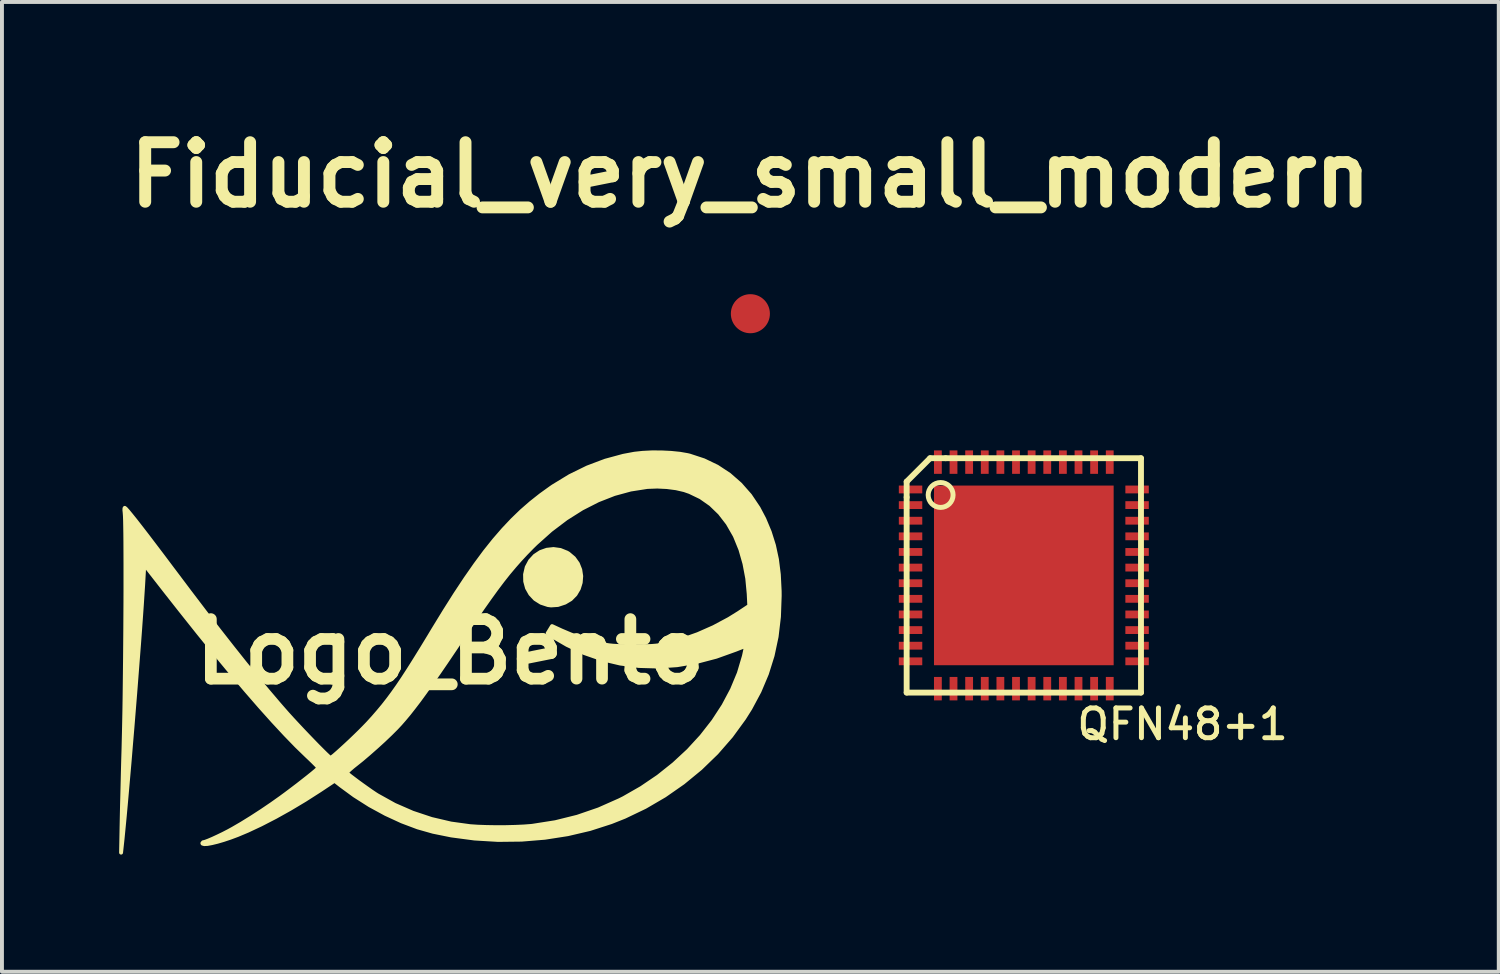
<source format=kicad_pcb>
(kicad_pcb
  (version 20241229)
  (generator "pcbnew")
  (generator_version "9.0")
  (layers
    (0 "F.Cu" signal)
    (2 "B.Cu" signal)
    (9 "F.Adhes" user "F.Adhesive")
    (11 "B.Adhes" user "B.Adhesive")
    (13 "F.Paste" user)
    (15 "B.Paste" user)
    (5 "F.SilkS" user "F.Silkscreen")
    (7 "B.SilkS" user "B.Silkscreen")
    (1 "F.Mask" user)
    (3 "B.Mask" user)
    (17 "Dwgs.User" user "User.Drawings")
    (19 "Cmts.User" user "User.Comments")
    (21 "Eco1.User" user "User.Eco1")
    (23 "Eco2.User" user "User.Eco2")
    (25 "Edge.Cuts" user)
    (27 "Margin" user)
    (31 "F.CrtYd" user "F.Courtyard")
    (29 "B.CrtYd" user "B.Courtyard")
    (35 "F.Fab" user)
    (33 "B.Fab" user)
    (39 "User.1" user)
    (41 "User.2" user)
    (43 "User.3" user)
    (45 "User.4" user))
  (footprint "Logo_Bento"
    (layer "F.Cu")
    (at 8.481 13.636)
    (property "Reference" "Logo_Bento" (at 0 0 0) (layer "F.SilkS") (effects (font (size 1.524 1.524) (thickness 0.3))))
    (attr through_hole)
    (fp_poly (pts (xy 3.35 -1.936) (xy 3.337 -1.77) (xy 3.288 -1.611) (xy 3.203 -1.467) (xy 3.083 -1.345) (xy 2.935 -1.257) (xy 2.753 -1.197) (xy 2.578 -1.185) (xy 2.498 -1.195) (xy 2.32 -1.254) (xy 2.168 -1.35) (xy 2.048 -1.478) (xy 1.962 -1.63) (xy 1.916 -1.8) (xy 1.912 -1.979) (xy 1.954 -2.162) (xy 1.955 -2.165) (xy 2.041 -2.326) (xy 2.16 -2.456) (xy 2.305 -2.552) (xy 2.468 -2.61) (xy 2.641 -2.629) (xy 2.816 -2.605) (xy 2.985 -2.537) (xy 3.024 -2.514) (xy 3.163 -2.397) (xy 3.263 -2.257) (xy 3.325 -2.101) (xy 3.35 -1.936)) (stroke (width 0.1) (type solid)) (fill yes) (layer "F.SilkS"))
    (fp_poly (pts (xy 8.432 -1.43) (xy 8.413 -0.894) (xy 8.353 -0.385) (xy 8.25 0.1) (xy 8.104 0.566) (xy 7.914 1.016) (xy 7.679 1.455) (xy 7.653 1.496) (xy 7.653 -1.175) (xy 7.638 -1.483) (xy 7.601 -1.875) (xy 7.529 -2.256) (xy 7.426 -2.616) (xy 7.293 -2.943) (xy 7.275 -2.981) (xy 7.1 -3.286) (xy 6.896 -3.55) (xy 6.665 -3.773) (xy 6.408 -3.953) (xy 6.126 -4.089) (xy 5.988 -4.137) (xy 5.781 -4.185) (xy 5.544 -4.216) (xy 5.296 -4.228) (xy 5.054 -4.219) (xy 5.033 -4.217) (xy 4.616 -4.152) (xy 4.198 -4.038) (xy 3.782 -3.875) (xy 3.371 -3.666) (xy 2.967 -3.411) (xy 2.572 -3.112) (xy 2.189 -2.77) (xy 2.092 -2.675) (xy 1.934 -2.513) (xy 1.784 -2.351) (xy 1.637 -2.184) (xy 1.489 -2.008) (xy 1.338 -1.817) (xy 1.18 -1.607) (xy 1.01 -1.372) (xy 0.825 -1.11) (xy 0.622 -0.813) (xy 0.396 -0.479) (xy 0.374 -0.445) (xy 0.124 -0.073) (xy -0.1 0.259) (xy -0.302 0.554) (xy -0.485 0.815) (xy -0.649 1.046) (xy -0.797 1.249) (xy -0.933 1.427) (xy -1.057 1.585) (xy -1.173 1.724) (xy -1.282 1.849) (xy -1.38 1.954) (xy -1.527 2.101) (xy -1.702 2.268) (xy -1.892 2.441) (xy -2.085 2.611) (xy -2.267 2.766) (xy -2.397 2.87) (xy -2.495 2.948) (xy -2.575 3.017) (xy -2.63 3.069) (xy -2.653 3.098) (xy -2.653 3.101) (xy -2.624 3.129) (xy -2.562 3.18) (xy -2.474 3.247) (xy -2.368 3.327) (xy -2.252 3.411) (xy -2.134 3.495) (xy -2.022 3.574) (xy -1.924 3.64) (xy -1.864 3.678) (xy -1.428 3.92) (xy -0.965 4.122) (xy -0.482 4.283) (xy 0.013 4.399) (xy 0.508 4.467) (xy 0.7 4.48) (xy 0.924 4.488) (xy 1.167 4.492) (xy 1.417 4.491) (xy 1.659 4.485) (xy 1.88 4.475) (xy 2.067 4.461) (xy 2.108 4.456) (xy 2.687 4.365) (xy 3.251 4.225) (xy 3.798 4.037) (xy 4.328 3.802) (xy 4.438 3.747) (xy 4.892 3.487) (xy 5.321 3.196) (xy 5.722 2.876) (xy 6.093 2.532) (xy 6.43 2.165) (xy 6.731 1.78) (xy 6.992 1.38) (xy 7.211 0.968) (xy 7.386 0.548) (xy 7.512 0.123) (xy 7.517 0.105) (xy 7.539 0.002) (xy 7.556 -0.08) (xy 7.563 -0.131) (xy 7.562 -0.142) (xy 7.537 -0.137) (xy 7.474 -0.116) (xy 7.385 -0.082) (xy 7.307 -0.051) (xy 6.805 0.129) (xy 6.303 0.261) (xy 5.806 0.345) (xy 5.313 0.379) (xy 4.827 0.365) (xy 4.349 0.303) (xy 3.882 0.193) (xy 3.427 0.034) (xy 2.987 -0.173) (xy 2.661 -0.362) (xy 2.49 -0.471) (xy 2.547 -0.564) (xy 2.603 -0.656) (xy 2.845 -0.544) (xy 3.088 -0.441) (xy 3.361 -0.343) (xy 3.643 -0.257) (xy 3.883 -0.197) (xy 3.975 -0.178) (xy 4.065 -0.164) (xy 4.161 -0.154) (xy 4.275 -0.147) (xy 4.415 -0.144) (xy 4.593 -0.142) (xy 4.686 -0.141) (xy 4.879 -0.141) (xy 5.031 -0.143) (xy 5.153 -0.147) (xy 5.254 -0.155) (xy 5.345 -0.166) (xy 5.437 -0.182) (xy 5.521 -0.199) (xy 5.923 -0.305) (xy 6.335 -0.451) (xy 6.742 -0.631) (xy 7.131 -0.839) (xy 7.376 -0.991) (xy 7.653 -1.175) (xy 7.653 1.496) (xy 7.52 1.707) (xy 7.189 2.161) (xy 6.816 2.589) (xy 6.405 2.987) (xy 5.961 3.352) (xy 5.486 3.683) (xy 4.986 3.975) (xy 4.462 4.226) (xy 4.115 4.364) (xy 3.572 4.539) (xy 3.004 4.672) (xy 2.42 4.763) (xy 1.823 4.812) (xy 1.221 4.819) (xy 0.619 4.783) (xy 0.023 4.704) (xy -0.442 4.61) (xy -0.837 4.498) (xy -1.246 4.344) (xy -1.658 4.154) (xy -2.066 3.932) (xy -2.459 3.682) (xy -2.804 3.429) (xy -2.965 3.303) (xy -3.343 3.554) (xy -3.718 3.794) (xy -4.099 4.022) (xy -4.477 4.233) (xy -4.843 4.422) (xy -5.188 4.584) (xy -5.45 4.694) (xy -5.632 4.762) (xy -5.806 4.82) (xy -5.966 4.867) (xy -6.106 4.901) (xy -6.22 4.922) (xy -6.301 4.926) (xy -6.345 4.914) (xy -6.35 4.902) (xy -6.33 4.878) (xy -6.321 4.877) (xy -6.275 4.865) (xy -6.193 4.834) (xy -6.085 4.788) (xy -5.958 4.729) (xy -5.823 4.664) (xy -5.689 4.595) (xy -5.574 4.532) (xy -5.347 4.4) (xy -5.095 4.244) (xy -4.831 4.073) (xy -4.569 3.895) (xy -4.342 3.734) (xy -4.202 3.631) (xy -4.056 3.521) (xy -3.911 3.411) (xy -3.773 3.303) (xy -3.647 3.204) (xy -3.539 3.117) (xy -3.454 3.046) (xy -3.399 2.996) (xy -3.378 2.973) (xy -3.378 2.972) (xy -3.396 2.948) (xy -3.445 2.896) (xy -3.518 2.823) (xy -3.611 2.733) (xy -3.68 2.668) (xy -3.941 2.415) (xy -4.228 2.119) (xy -4.54 1.783) (xy -4.878 1.406) (xy -5.24 0.989) (xy -5.625 0.534) (xy -6.034 0.04) (xy -6.464 -0.491) (xy -6.915 -1.058) (xy -7.277 -1.518) (xy -7.836 -2.234) (xy -7.866 -1.708) (xy -7.881 -1.476) (xy -7.899 -1.2) (xy -7.921 -0.885) (xy -7.946 -0.537) (xy -7.974 -0.162) (xy -8.005 0.236) (xy -8.037 0.65) (xy -8.07 1.075) (xy -8.105 1.506) (xy -8.14 1.938) (xy -8.176 2.364) (xy -8.21 2.779) (xy -8.245 3.178) (xy -8.278 3.556) (xy -8.309 3.906) (xy -8.338 4.224) (xy -8.365 4.504) (xy -8.388 4.74) (xy -8.394 4.801) (xy -8.431 5.144) (xy -8.419 4.496) (xy -8.416 4.347) (xy -8.412 4.154) (xy -8.407 3.926) (xy -8.4 3.668) (xy -8.393 3.388) (xy -8.386 3.094) (xy -8.378 2.793) (xy -8.369 2.492) (xy -8.365 2.324) (xy -8.359 2.082) (xy -8.353 1.81) (xy -8.347 1.515) (xy -8.342 1.198) (xy -8.338 0.864) (xy -8.334 0.518) (xy -8.33 0.162) (xy -8.327 -0.198) (xy -8.324 -0.56) (xy -8.322 -0.918) (xy -8.32 -1.27) (xy -8.319 -1.611) (xy -8.319 -1.938) (xy -8.319 -2.245) (xy -8.32 -2.53) (xy -8.321 -2.789) (xy -8.323 -3.017) (xy -8.326 -3.21) (xy -8.329 -3.365) (xy -8.333 -3.478) (xy -8.338 -3.544) (xy -8.338 -3.55) (xy -8.346 -3.624) (xy -8.344 -3.672) (xy -8.337 -3.683) (xy -8.311 -3.663) (xy -8.256 -3.602) (xy -8.173 -3.501) (xy -8.062 -3.363) (xy -7.924 -3.186) (xy -7.759 -2.972) (xy -7.569 -2.722) (xy -7.353 -2.437) (xy -7.113 -2.117) (xy -7.087 -2.083) (xy -6.674 -1.534) (xy -6.286 -1.024) (xy -5.922 -0.552) (xy -5.579 -0.114) (xy -5.256 0.292) (xy -4.949 0.669) (xy -4.657 1.02) (xy -4.378 1.348) (xy -4.269 1.473) (xy -4.166 1.59) (xy -4.048 1.72) (xy -3.919 1.859) (xy -3.784 2.003) (xy -3.649 2.145) (xy -3.517 2.282) (xy -3.394 2.409) (xy -3.283 2.52) (xy -3.191 2.611) (xy -3.121 2.677) (xy -3.078 2.713) (xy -3.068 2.718) (xy -3.039 2.701) (xy -2.979 2.654) (xy -2.896 2.582) (xy -2.794 2.49) (xy -2.679 2.385) (xy -2.558 2.272) (xy -2.436 2.155) (xy -2.32 2.042) (xy -2.215 1.936) (xy -2.126 1.844) (xy -2.108 1.825) (xy -1.971 1.674) (xy -1.843 1.526) (xy -1.72 1.378) (xy -1.599 1.223) (xy -1.477 1.059) (xy -1.35 0.88) (xy -1.216 0.681) (xy -1.071 0.458) (xy -0.913 0.207) (xy -0.737 -0.077) (xy -0.541 -0.399) (xy -0.445 -0.559) (xy -0.151 -1.039) (xy 0.126 -1.477) (xy 0.389 -1.874) (xy 0.64 -2.234) (xy 0.882 -2.561) (xy 1.119 -2.858) (xy 1.353 -3.128) (xy 1.586 -3.375) (xy 1.821 -3.602) (xy 2.062 -3.812) (xy 2.311 -4.009) (xy 2.571 -4.196) (xy 2.629 -4.236) (xy 3.059 -4.498) (xy 3.506 -4.717) (xy 3.964 -4.89) (xy 4.429 -5.016) (xy 4.712 -5.069) (xy 4.923 -5.092) (xy 5.16 -5.104) (xy 5.407 -5.103) (xy 5.65 -5.091) (xy 5.876 -5.068) (xy 6.071 -5.034) (xy 6.123 -5.022) (xy 6.491 -4.901) (xy 6.831 -4.738) (xy 7.142 -4.533) (xy 7.422 -4.288) (xy 7.672 -4.004) (xy 7.89 -3.68) (xy 8.037 -3.401) (xy 8.177 -3.067) (xy 8.285 -2.723) (xy 8.362 -2.363) (xy 8.41 -1.977) (xy 8.431 -1.558) (xy 8.432 -1.43)) (stroke (width 0.1) (type solid)) (fill yes) (layer "F.SilkS")))
  (footprint "Fiducial_very_small_modern"
    (layer "F.Cu")
    (at 16.162 4.982)
    (property "Reference" "Fiducial_very_small_modern" (at 0 -3.556 0) (layer "F.SilkS") (effects (font (size 1.524 1.524) (thickness 0.305))))
    (attr through_hole)
    (pad "~" connect circle (at 0 0) (size 1 1) (layers "F.Cu" "F.Mask")))
  (footprint "QFN48+1"
    (layer "F.Cu")
    (at 23.163 11.682)
    (property "Reference" "QFN48+1" (at 4.064 3.81 0) (layer "F.SilkS") (effects (font (size 0.762 0.762) (thickness 0.127))))
    (attr smd)
    (fp_line (start -3 -2.4) (end -2.4 -3) (stroke (width 0.15) (type solid)) (layer "F.SilkS"))
    (fp_line (start -3 -2) (end -3 -2.4) (stroke (width 0.15) (type solid)) (layer "F.SilkS"))
    (fp_line (start -3 3) (end -3 -2) (stroke (width 0.15) (type solid)) (layer "F.SilkS"))
    (fp_line (start -3 3) (end 3 3) (stroke (width 0.15) (type solid)) (layer "F.SilkS"))
    (fp_line (start -2.4 -3) (end -2 -3) (stroke (width 0.15) (type solid)) (layer "F.SilkS"))
    (fp_line (start 3 -3) (end -2 -3) (stroke (width 0.15) (type solid)) (layer "F.SilkS"))
    (fp_line (start 3 3) (end 3 -3) (stroke (width 0.15) (type solid)) (layer "F.SilkS"))
    (fp_circle (center -2.13 -2.059) (end -2.232 -2.361) (stroke (width 0.127) (type solid)) (fill no) (layer "F.SilkS"))
    (pad "1" smd rect (at -3 -2.2) (size 0.6 0.2) (drill (offset 0.1 0)) (layers "F.Cu" "F.Mask" "F.Paste"))
    (pad "2" smd rect (at -3 -1.8) (size 0.6 0.2) (drill (offset 0.1 0)) (layers "F.Cu" "F.Mask" "F.Paste"))
    (pad "3" smd rect (at -3 -1.4) (size 0.6 0.2) (drill (offset 0.1 0)) (layers "F.Cu" "F.Mask" "F.Paste"))
    (pad "4" smd rect (at -3 -1) (size 0.6 0.2) (drill (offset 0.1 0)) (layers "F.Cu" "F.Mask" "F.Paste"))
    (pad "5" smd rect (at -3 -0.6) (size 0.6 0.2) (drill (offset 0.1 0)) (layers "F.Cu" "F.Mask" "F.Paste"))
    (pad "6" smd rect (at -3 -0.2) (size 0.6 0.2) (drill (offset 0.1 0)) (layers "F.Cu" "F.Mask" "F.Paste"))
    (pad "7" smd rect (at -3 0.2) (size 0.6 0.2) (drill (offset 0.1 0)) (layers "F.Cu" "F.Mask" "F.Paste"))
    (pad "8" smd rect (at -3 0.6) (size 0.6 0.2) (drill (offset 0.1 0)) (layers "F.Cu" "F.Mask" "F.Paste"))
    (pad "9" smd rect (at -3 1) (size 0.6 0.2) (drill (offset 0.1 0)) (layers "F.Cu" "F.Mask" "F.Paste"))
    (pad "10" smd rect (at -3 1.4) (size 0.6 0.2) (drill (offset 0.1 0)) (layers "F.Cu" "F.Mask" "F.Paste"))
    (pad "11" smd rect (at -3 1.8) (size 0.6 0.2) (drill (offset 0.1 0)) (layers "F.Cu" "F.Mask" "F.Paste"))
    (pad "12" smd rect (at -3 2.2) (size 0.6 0.2) (drill (offset 0.1 0)) (layers "F.Cu" "F.Mask" "F.Paste"))
    (pad "13" smd rect (at -2.2 3 90) (size 0.6 0.2) (drill (offset 0.1 0)) (layers "F.Cu" "F.Mask" "F.Paste"))
    (pad "14" smd rect (at -1.8 3 90) (size 0.6 0.2) (drill (offset 0.1 0)) (layers "F.Cu" "F.Mask" "F.Paste"))
    (pad "15" smd rect (at -1.4 3 90) (size 0.6 0.2) (drill (offset 0.1 0)) (layers "F.Cu" "F.Mask" "F.Paste"))
    (pad "16" smd rect (at -1 3 90) (size 0.6 0.2) (drill (offset 0.1 0)) (layers "F.Cu" "F.Mask" "F.Paste"))
    (pad "17" smd rect (at -0.6 3 90) (size 0.6 0.2) (drill (offset 0.1 0)) (layers "F.Cu" "F.Mask" "F.Paste"))
    (pad "18" smd rect (at -0.2 3 90) (size 0.6 0.2) (drill (offset 0.1 0)) (layers "F.Cu" "F.Mask" "F.Paste"))
    (pad "19" smd rect (at 0.2 3 90) (size 0.6 0.2) (drill (offset 0.1 0)) (layers "F.Cu" "F.Mask" "F.Paste"))
    (pad "20" smd rect (at 0.6 3 90) (size 0.6 0.2) (drill (offset 0.1 0)) (layers "F.Cu" "F.Mask" "F.Paste"))
    (pad "21" smd rect (at 1 3 90) (size 0.6 0.2) (drill (offset 0.1 0)) (layers "F.Cu" "F.Mask" "F.Paste"))
    (pad "22" smd rect (at 1.4 3 90) (size 0.6 0.2) (drill (offset 0.1 0)) (layers "F.Cu" "F.Mask" "F.Paste"))
    (pad "23" smd rect (at 1.8 3 90) (size 0.6 0.2) (drill (offset 0.1 0)) (layers "F.Cu" "F.Mask" "F.Paste"))
    (pad "24" smd rect (at 2.2 3 90) (size 0.6 0.2) (drill (offset 0.1 0)) (layers "F.Cu" "F.Mask" "F.Paste"))
    (pad "25" smd rect (at 3 2.2 180) (size 0.6 0.2) (drill (offset 0.1 0)) (layers "F.Cu" "F.Mask" "F.Paste"))
    (pad "26" smd rect (at 3 1.8 180) (size 0.6 0.2) (drill (offset 0.1 0)) (layers "F.Cu" "F.Mask" "F.Paste"))
    (pad "27" smd rect (at 3 1.4 180) (size 0.6 0.2) (drill (offset 0.1 0)) (layers "F.Cu" "F.Mask" "F.Paste"))
    (pad "28" smd rect (at 3 1 180) (size 0.6 0.2) (drill (offset 0.1 0)) (layers "F.Cu" "F.Mask" "F.Paste"))
    (pad "29" smd rect (at 3 0.6 180) (size 0.6 0.2) (drill (offset 0.1 0)) (layers "F.Cu" "F.Mask" "F.Paste"))
    (pad "30" smd rect (at 3 0.2 180) (size 0.6 0.2) (drill (offset 0.1 0)) (layers "F.Cu" "F.Mask" "F.Paste"))
    (pad "31" smd rect (at 3 -0.2 180) (size 0.6 0.2) (drill (offset 0.1 0)) (layers "F.Cu" "F.Mask" "F.Paste"))
    (pad "32" smd rect (at 3 -0.6 180) (size 0.6 0.2) (drill (offset 0.1 0)) (layers "F.Cu" "F.Mask" "F.Paste"))
    (pad "33" smd rect (at 3 -1 180) (size 0.6 0.2) (drill (offset 0.1 0)) (layers "F.Cu" "F.Mask" "F.Paste"))
    (pad "34" smd rect (at 3 -1.4 180) (size 0.6 0.2) (drill (offset 0.1 0)) (layers "F.Cu" "F.Mask" "F.Paste"))
    (pad "35" smd rect (at 3 -1.8 180) (size 0.6 0.2) (drill (offset 0.1 0)) (layers "F.Cu" "F.Mask" "F.Paste"))
    (pad "36" smd rect (at 3 -2.2 180) (size 0.6 0.2) (drill (offset 0.1 0)) (layers "F.Cu" "F.Mask" "F.Paste"))
    (pad "37" smd rect (at 2.2 -3 270) (size 0.6 0.2) (drill (offset 0.1 0)) (layers "F.Cu" "F.Mask" "F.Paste"))
    (pad "38" smd rect (at 1.8 -3 270) (size 0.6 0.2) (drill (offset 0.1 0)) (layers "F.Cu" "F.Mask" "F.Paste"))
    (pad "39" smd rect (at 1.4 -3 270) (size 0.6 0.2) (drill (offset 0.1 0)) (layers "F.Cu" "F.Mask" "F.Paste"))
    (pad "40" smd rect (at 1 -3 270) (size 0.6 0.2) (drill (offset 0.1 0)) (layers "F.Cu" "F.Mask" "F.Paste"))
    (pad "41" smd rect (at 0.6 -3 270) (size 0.6 0.2) (drill (offset 0.1 0)) (layers "F.Cu" "F.Mask" "F.Paste"))
    (pad "42" smd rect (at 0.2 -3 270) (size 0.6 0.2) (drill (offset 0.1 0)) (layers "F.Cu" "F.Mask" "F.Paste"))
    (pad "43" smd rect (at -0.2 -3 270) (size 0.6 0.2) (drill (offset 0.1 0)) (layers "F.Cu" "F.Mask" "F.Paste"))
    (pad "44" smd rect (at -0.6 -3 270) (size 0.6 0.2) (drill (offset 0.1 0)) (layers "F.Cu" "F.Mask" "F.Paste"))
    (pad "45" smd rect (at -1 -3 270) (size 0.6 0.2) (drill (offset 0.1 0)) (layers "F.Cu" "F.Mask" "F.Paste"))
    (pad "46" smd rect (at -1.4 -3 270) (size 0.6 0.2) (drill (offset 0.1 0)) (layers "F.Cu" "F.Mask" "F.Paste"))
    (pad "47" smd rect (at -1.8 -3 270) (size 0.6 0.2) (drill (offset 0.1 0)) (layers "F.Cu" "F.Mask" "F.Paste"))
    (pad "48" smd rect (at -2.2 -3 270) (size 0.6 0.2) (drill (offset 0.1 0)) (layers "F.Cu" "F.Mask" "F.Paste"))
    (pad "49" smd rect (at 0 0) (size 4.6 4.6) (layers "F.Cu" "F.Mask" "F.Paste")))
  (gr_rect
    (start -3 -3)
    (end 35.323 21.83)
    (stroke (width 0.1) (type default))
    (fill no)
    (layer "Edge.Cuts")))
</source>
